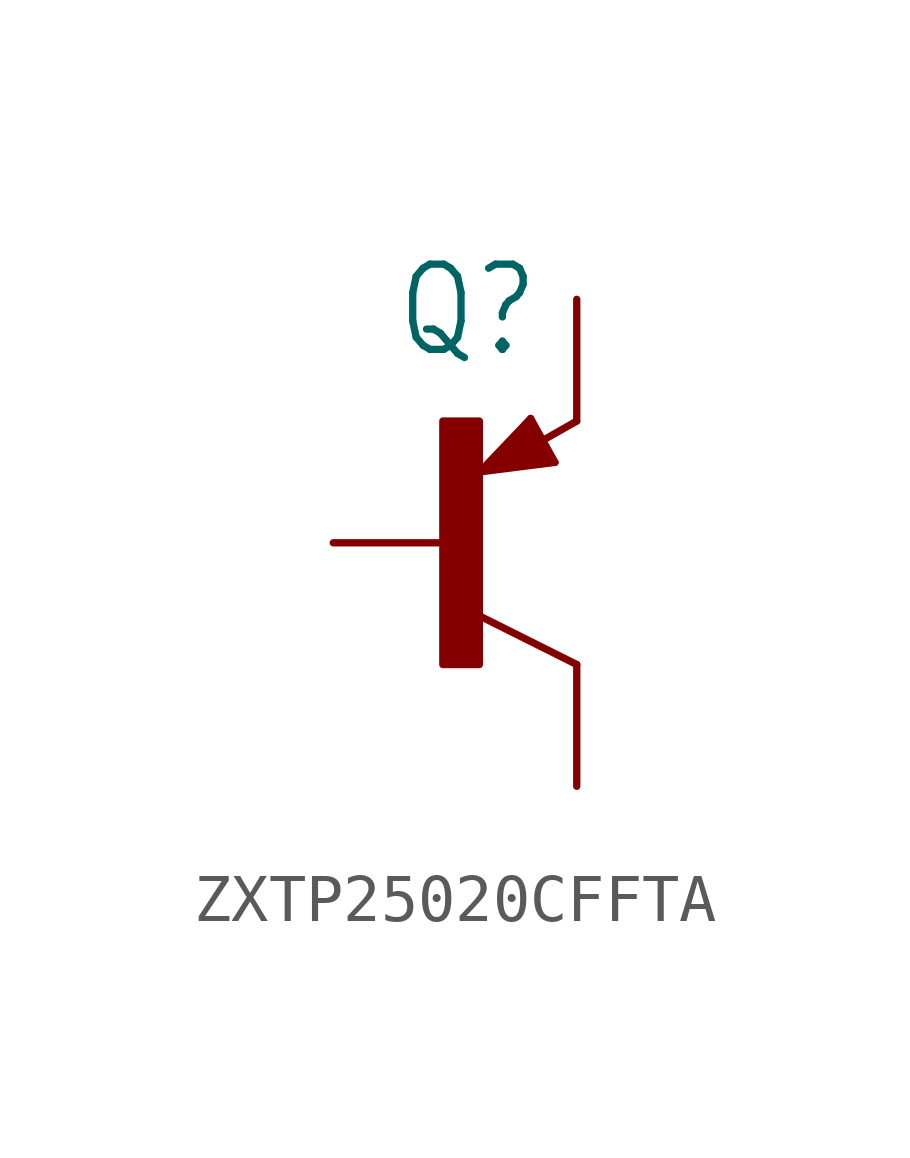
<source format=kicad_sym>
(kicad_symbol_lib
  (version 20220914)
  (generator kicad_symbol_editor)
  (symbol "ZXTP25020CFFTA"
    (pin_numbers hide)
    (pin_names hide)
    (property "Reference" "Q"
      (at -1.27 3.81 0)
      (effects (font (size 1.778 1.511)) (justify left bottom)))
    (symbol "ZXTP25020CFFTA_1_0"
      (rectangle (start -0.254 -2.54) (end 0.508 2.54) (stroke (width 0) (type default)) (fill (type outline)))
      (polyline (pts (xy 0.516 1.478) (xy 2.086 1.678)) (stroke (width 0.152) (type solid)) (fill (type none)))
      (polyline (pts (xy 0.762 1.651) (xy 1.778 1.778)) (stroke (width 0.254) (type solid)) (fill (type none)))
      (polyline (pts (xy 1.143 1.905) (xy 1.524 1.905)) (stroke (width 0.254) (type solid)) (fill (type none)))
      (polyline (pts (xy 1.524 2.159) (xy 1.143 1.905)) (stroke (width 0.254) (type solid)) (fill (type none)))
      (polyline (pts (xy 1.524 2.413) (xy 0.762 1.651)) (stroke (width 0.254) (type solid)) (fill (type none)))
      (polyline (pts (xy 1.578 2.594) (xy 0.516 1.478)) (stroke (width 0.152) (type solid)) (fill (type none)))
      (polyline (pts (xy 1.778 1.778) (xy 1.524 2.159)) (stroke (width 0.254) (type solid)) (fill (type none)))
      (polyline (pts (xy 1.905 1.778) (xy 1.524 2.413)) (stroke (width 0.254) (type solid)) (fill (type none)))
      (polyline (pts (xy 2.086 1.678) (xy 1.578 2.594)) (stroke (width 0.152) (type solid)) (fill (type none)))
      (polyline (pts (xy 2.54 -2.54) (xy 0.508 -1.524)) (stroke (width 0.152) (type solid)) (fill (type none)))
      (polyline (pts (xy 2.54 2.54) (xy 1.808 2.124)) (stroke (width 0.152) (type solid)) (fill (type none)))
      (pin passive line (at 2.54 5.08 270) (length 2.54) (name "C" (effects (font (size 0 0)))) (number "1" (effects (font (size 0 0)))))
      (pin passive line (at -2.54 0 0) (length 2.54) (name "B" (effects (font (size 0 0)))) (number "2" (effects (font (size 0 0)))))
      (pin passive line (at 2.54 -5.08 90) (length 2.54) (name "E" (effects (font (size 0 0)))) (number "3" (effects (font (size 0 0))))))))
</source>
